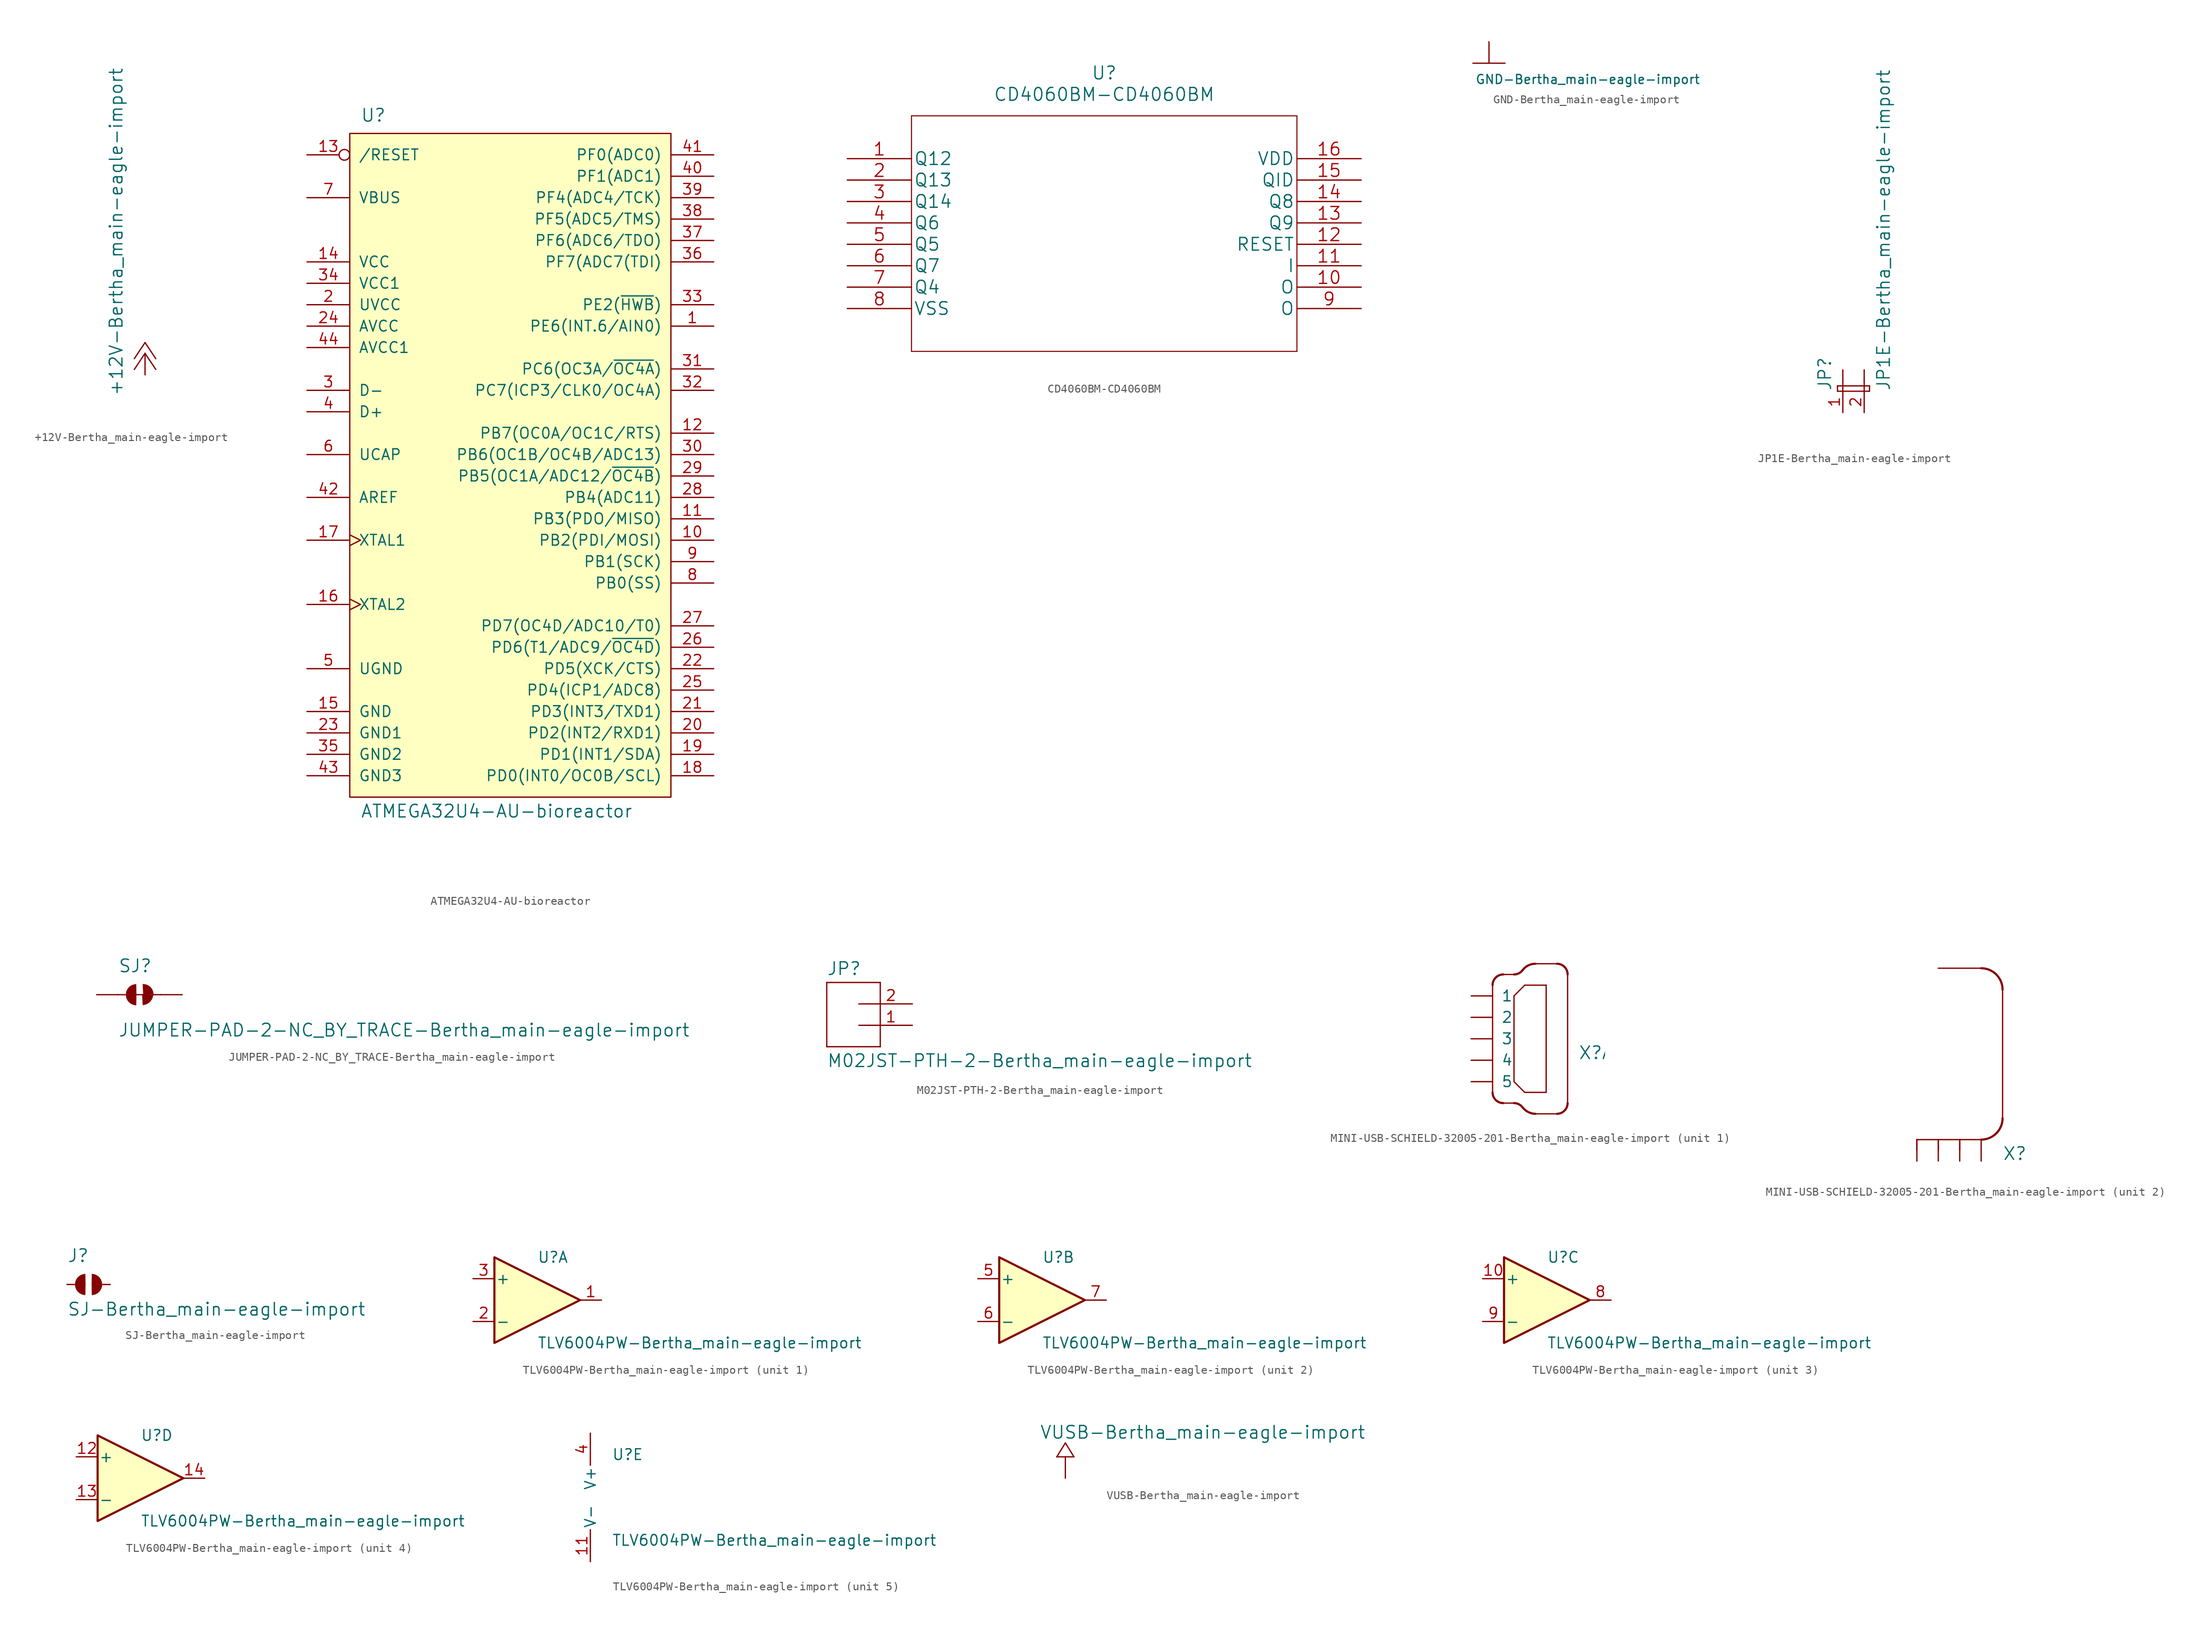
<source format=kicad_sym>
(kicad_symbol_lib
  (version 20211014)
  (generator kicad_symbol_editor)
  (symbol "+12V-Bertha_main-eagle-import"
    (power)
    (pin_names
      (offset 1.016))
    (property "Reference" "#P+"
      (at 0 0 0)
      (effects (font (size 1.27 1.27)) hide))
    (property "Value" "+12V-Bertha_main-eagle-import"
      (at -2.54 -5.08 90)
      (effects (font (size 1.499 1.499)) (justify left bottom)))
    (property "ki_locked" ""
      (at 0 0 0)
      (effects (font (size 1.27 1.27))))
    (symbol "+12V-Bertha_main-eagle-import_1_0"
      (polyline (pts (xy 0 0) (xy -1.27 -1.905)) (stroke (width 0) (type default) (color 0 0 0 0)) (fill (type none)))
      (polyline (pts (xy 0 1.27) (xy -1.27 -0.635)) (stroke (width 0) (type default) (color 0 0 0 0)) (fill (type none)))
      (polyline (pts (xy 1.27 -1.905) (xy 0 0)) (stroke (width 0) (type default) (color 0 0 0 0)) (fill (type none)))
      (polyline (pts (xy 1.27 -0.635) (xy 0 1.27)) (stroke (width 0) (type default) (color 0 0 0 0)) (fill (type none)))
      (pin power_in line (at 0 -2.54 90) (length 2.54) (name "+12V" (effects (font (size 0 0)))) (number "1" (effects (font (size 0 0)))))))
  (symbol "ATMEGA32U4-AU-bioreactor"
    (pin_names
      (offset 1.016))
    (property "Reference" "U"
      (at -16.51 46.99 0)
      (effects (font (size 1.499 1.499)) (justify left bottom)))
    (property "Value" "ATMEGA32U4-AU-bioreactor"
      (at -16.51 -35.56 0)
      (effects (font (size 1.499 1.499)) (justify left bottom)))
    (symbol "ATMEGA32U4-AU-bioreactor_1_0"
      (rectangle (start -17.78 45.72) (end 20.32 -33.02) (stroke (width 0) (type default) (color 0 0 0 0)) (fill (type background)))
      (pin bidirectional line (at 25.4 22.86 180) (length 5.08) (name "PE6(INT.6/AIN0)" (effects (font (size 1.27 1.27)))) (number "1" (effects (font (size 1.27 1.27)))))
      (pin bidirectional line (at 25.4 -2.54 180) (length 5.08) (name "PB2(PDI/MOSI)" (effects (font (size 1.27 1.27)))) (number "10" (effects (font (size 1.27 1.27)))))
      (pin bidirectional line (at 25.4 0 180) (length 5.08) (name "PB3(PDO/MISO)" (effects (font (size 1.27 1.27)))) (number "11" (effects (font (size 1.27 1.27)))))
      (pin bidirectional line (at 25.4 10.16 180) (length 5.08) (name "PB7(OC0A/OC1C/RTS)" (effects (font (size 1.27 1.27)))) (number "12" (effects (font (size 1.27 1.27)))))
      (pin input inverted (at -22.86 43.18 0) (length 5.08) (name "/RESET" (effects (font (size 1.27 1.27)))) (number "13" (effects (font (size 1.27 1.27)))))
      (pin power_in line (at -22.86 30.48 0) (length 5.08) (name "VCC" (effects (font (size 1.27 1.27)))) (number "14" (effects (font (size 1.27 1.27)))))
      (pin power_in line (at -22.86 -22.86 0) (length 5.08) (name "GND" (effects (font (size 1.27 1.27)))) (number "15" (effects (font (size 1.27 1.27)))))
      (pin output clock (at -22.86 -10.16 0) (length 5.08) (name "XTAL2" (effects (font (size 1.27 1.27)))) (number "16" (effects (font (size 1.27 1.27)))))
      (pin input clock (at -22.86 -2.54 0) (length 5.08) (name "XTAL1" (effects (font (size 1.27 1.27)))) (number "17" (effects (font (size 1.27 1.27)))))
      (pin bidirectional line (at 25.4 -30.48 180) (length 5.08) (name "PD0(INT0/OC0B/SCL)" (effects (font (size 1.27 1.27)))) (number "18" (effects (font (size 1.27 1.27)))))
      (pin bidirectional line (at 25.4 -27.94 180) (length 5.08) (name "PD1(INT1/SDA)" (effects (font (size 1.27 1.27)))) (number "19" (effects (font (size 1.27 1.27)))))
      (pin power_in line (at -22.86 25.4 0) (length 5.08) (name "UVCC" (effects (font (size 1.27 1.27)))) (number "2" (effects (font (size 1.27 1.27)))))
      (pin bidirectional line (at 25.4 -25.4 180) (length 5.08) (name "PD2(INT2/RXD1)" (effects (font (size 1.27 1.27)))) (number "20" (effects (font (size 1.27 1.27)))))
      (pin bidirectional line (at 25.4 -22.86 180) (length 5.08) (name "PD3(INT3/TXD1)" (effects (font (size 1.27 1.27)))) (number "21" (effects (font (size 1.27 1.27)))))
      (pin bidirectional line (at 25.4 -17.78 180) (length 5.08) (name "PD5(XCK/CTS)" (effects (font (size 1.27 1.27)))) (number "22" (effects (font (size 1.27 1.27)))))
      (pin power_in line (at -22.86 -25.4 0) (length 5.08) (name "GND1" (effects (font (size 1.27 1.27)))) (number "23" (effects (font (size 1.27 1.27)))))
      (pin power_in line (at -22.86 22.86 0) (length 5.08) (name "AVCC" (effects (font (size 1.27 1.27)))) (number "24" (effects (font (size 1.27 1.27)))))
      (pin bidirectional line (at 25.4 -20.32 180) (length 5.08) (name "PD4(ICP1/ADC8)" (effects (font (size 1.27 1.27)))) (number "25" (effects (font (size 1.27 1.27)))))
      (pin bidirectional line (at 25.4 -15.24 180) (length 5.08) (name "PD6(T1/ADC9/~{OC4D})" (effects (font (size 1.27 1.27)))) (number "26" (effects (font (size 1.27 1.27)))))
      (pin bidirectional line (at 25.4 -12.7 180) (length 5.08) (name "PD7(OC4D/ADC10/T0)" (effects (font (size 1.27 1.27)))) (number "27" (effects (font (size 1.27 1.27)))))
      (pin bidirectional line (at 25.4 2.54 180) (length 5.08) (name "PB4(ADC11)" (effects (font (size 1.27 1.27)))) (number "28" (effects (font (size 1.27 1.27)))))
      (pin bidirectional line (at 25.4 5.08 180) (length 5.08) (name "PB5(OC1A/ADC12/~{OC4B})" (effects (font (size 1.27 1.27)))) (number "29" (effects (font (size 1.27 1.27)))))
      (pin bidirectional line (at -22.86 15.24 0) (length 5.08) (name "D-" (effects (font (size 1.27 1.27)))) (number "3" (effects (font (size 1.27 1.27)))))
      (pin bidirectional line (at 25.4 7.62 180) (length 5.08) (name "PB6(OC1B/OC4B/ADC13)" (effects (font (size 1.27 1.27)))) (number "30" (effects (font (size 1.27 1.27)))))
      (pin bidirectional line (at 25.4 17.78 180) (length 5.08) (name "PC6(OC3A/~{OC4A})" (effects (font (size 1.27 1.27)))) (number "31" (effects (font (size 1.27 1.27)))))
      (pin bidirectional line (at 25.4 15.24 180) (length 5.08) (name "PC7(ICP3/CLK0/OC4A)" (effects (font (size 1.27 1.27)))) (number "32" (effects (font (size 1.27 1.27)))))
      (pin bidirectional line (at 25.4 25.4 180) (length 5.08) (name "PE2(~{HWB})" (effects (font (size 1.27 1.27)))) (number "33" (effects (font (size 1.27 1.27)))))
      (pin power_in line (at -22.86 27.94 0) (length 5.08) (name "VCC1" (effects (font (size 1.27 1.27)))) (number "34" (effects (font (size 1.27 1.27)))))
      (pin power_in line (at -22.86 -27.94 0) (length 5.08) (name "GND2" (effects (font (size 1.27 1.27)))) (number "35" (effects (font (size 1.27 1.27)))))
      (pin bidirectional line (at 25.4 30.48 180) (length 5.08) (name "PF7(ADC7(TDI)" (effects (font (size 1.27 1.27)))) (number "36" (effects (font (size 1.27 1.27)))))
      (pin bidirectional line (at 25.4 33.02 180) (length 5.08) (name "PF6(ADC6/TDO)" (effects (font (size 1.27 1.27)))) (number "37" (effects (font (size 1.27 1.27)))))
      (pin bidirectional line (at 25.4 35.56 180) (length 5.08) (name "PF5(ADC5/TMS)" (effects (font (size 1.27 1.27)))) (number "38" (effects (font (size 1.27 1.27)))))
      (pin bidirectional line (at 25.4 38.1 180) (length 5.08) (name "PF4(ADC4/TCK)" (effects (font (size 1.27 1.27)))) (number "39" (effects (font (size 1.27 1.27)))))
      (pin bidirectional line (at -22.86 12.7 0) (length 5.08) (name "D+" (effects (font (size 1.27 1.27)))) (number "4" (effects (font (size 1.27 1.27)))))
      (pin bidirectional line (at 25.4 40.64 180) (length 5.08) (name "PF1(ADC1)" (effects (font (size 1.27 1.27)))) (number "40" (effects (font (size 1.27 1.27)))))
      (pin bidirectional line (at 25.4 43.18 180) (length 5.08) (name "PF0(ADC0)" (effects (font (size 1.27 1.27)))) (number "41" (effects (font (size 1.27 1.27)))))
      (pin input line (at -22.86 2.54 0) (length 5.08) (name "AREF" (effects (font (size 1.27 1.27)))) (number "42" (effects (font (size 1.27 1.27)))))
      (pin power_in line (at -22.86 -30.48 0) (length 5.08) (name "GND3" (effects (font (size 1.27 1.27)))) (number "43" (effects (font (size 1.27 1.27)))))
      (pin power_in line (at -22.86 20.32 0) (length 5.08) (name "AVCC1" (effects (font (size 1.27 1.27)))) (number "44" (effects (font (size 1.27 1.27)))))
      (pin power_in line (at -22.86 -17.78 0) (length 5.08) (name "UGND" (effects (font (size 1.27 1.27)))) (number "5" (effects (font (size 1.27 1.27)))))
      (pin output line (at -22.86 7.62 0) (length 5.08) (name "UCAP" (effects (font (size 1.27 1.27)))) (number "6" (effects (font (size 1.27 1.27)))))
      (pin power_in line (at -22.86 38.1 0) (length 5.08) (name "VBUS" (effects (font (size 1.27 1.27)))) (number "7" (effects (font (size 1.27 1.27)))))
      (pin bidirectional line (at 25.4 -7.62 180) (length 5.08) (name "PB0(SS)" (effects (font (size 1.27 1.27)))) (number "8" (effects (font (size 1.27 1.27)))))
      (pin bidirectional line (at 25.4 -5.08 180) (length 5.08) (name "PB1(SCK)" (effects (font (size 1.27 1.27)))) (number "9" (effects (font (size 1.27 1.27)))))))
  (symbol "CD4060BM-CD4060BM"
    (pin_names
      (offset 0.254))
    (property "Reference" "U"
      (at 30.48 10.16 0)
      (effects (font (size 1.524 1.524))))
    (property "Value" "CD4060BM-CD4060BM"
      (at 30.48 7.62 0)
      (effects (font (size 1.524 1.524))))
    (property "Datasheet" ""
      (at 0 0 0)
      (effects (font (size 1.524 1.524))))
    (property "ki_locked" ""
      (at 0 0 0)
      (effects (font (size 1.27 1.27))))
    (symbol "CD4060BM-CD4060BM_1_1"
      (polyline (pts (xy 7.62 -22.86) (xy 53.34 -22.86)) (stroke (width 0.127) (type default) (color 0 0 0 0)) (fill (type none)))
      (polyline (pts (xy 7.62 5.08) (xy 7.62 -22.86)) (stroke (width 0.127) (type default) (color 0 0 0 0)) (fill (type none)))
      (polyline (pts (xy 53.34 -22.86) (xy 53.34 5.08)) (stroke (width 0.127) (type default) (color 0 0 0 0)) (fill (type none)))
      (polyline (pts (xy 53.34 5.08) (xy 7.62 5.08)) (stroke (width 0.127) (type default) (color 0 0 0 0)) (fill (type none)))
      (pin unspecified line (at 0 0 0) (length 7.62) (name "Q12" (effects (font (size 1.499 1.499)))) (number "1" (effects (font (size 1.499 1.499)))))
      (pin output line (at 60.96 -15.24 180) (length 7.62) (name "O" (effects (font (size 1.499 1.499)))) (number "10" (effects (font (size 1.499 1.499)))))
      (pin input line (at 60.96 -12.7 180) (length 7.62) (name "I" (effects (font (size 1.499 1.499)))) (number "11" (effects (font (size 1.499 1.499)))))
      (pin unspecified line (at 60.96 -10.16 180) (length 7.62) (name "RESET" (effects (font (size 1.499 1.499)))) (number "12" (effects (font (size 1.499 1.499)))))
      (pin unspecified line (at 60.96 -7.62 180) (length 7.62) (name "Q9" (effects (font (size 1.499 1.499)))) (number "13" (effects (font (size 1.499 1.499)))))
      (pin unspecified line (at 60.96 -5.08 180) (length 7.62) (name "Q8" (effects (font (size 1.499 1.499)))) (number "14" (effects (font (size 1.499 1.499)))))
      (pin unspecified line (at 60.96 -2.54 180) (length 7.62) (name "QID" (effects (font (size 1.499 1.499)))) (number "15" (effects (font (size 1.499 1.499)))))
      (pin power_in line (at 60.96 0 180) (length 7.62) (name "VDD" (effects (font (size 1.499 1.499)))) (number "16" (effects (font (size 1.499 1.499)))))
      (pin unspecified line (at 0 -2.54 0) (length 7.62) (name "Q13" (effects (font (size 1.499 1.499)))) (number "2" (effects (font (size 1.499 1.499)))))
      (pin unspecified line (at 0 -5.08 0) (length 7.62) (name "Q14" (effects (font (size 1.499 1.499)))) (number "3" (effects (font (size 1.499 1.499)))))
      (pin unspecified line (at 0 -7.62 0) (length 7.62) (name "Q6" (effects (font (size 1.499 1.499)))) (number "4" (effects (font (size 1.499 1.499)))))
      (pin unspecified line (at 0 -10.16 0) (length 7.62) (name "Q5" (effects (font (size 1.499 1.499)))) (number "5" (effects (font (size 1.499 1.499)))))
      (pin unspecified line (at 0 -12.7 0) (length 7.62) (name "Q7" (effects (font (size 1.499 1.499)))) (number "6" (effects (font (size 1.499 1.499)))))
      (pin unspecified line (at 0 -15.24 0) (length 7.62) (name "Q4" (effects (font (size 1.499 1.499)))) (number "7" (effects (font (size 1.499 1.499)))))
      (pin power_in line (at 0 -17.78 0) (length 7.62) (name "VSS" (effects (font (size 1.499 1.499)))) (number "8" (effects (font (size 1.499 1.499)))))
      (pin output line (at 60.96 -17.78 180) (length 7.62) (name "O" (effects (font (size 1.499 1.499)))) (number "9" (effects (font (size 1.499 1.499)))))))
  (symbol "GND-Bertha_main-eagle-import"
    (power)
    (pin_names
      (offset 1.016))
    (property "Reference" ""
      (at 0 0 0)
      (effects (font (size 1.27 1.27)) hide))
    (property "Value" "GND-Bertha_main-eagle-import"
      (at -1.651 -2.54 0)
      (effects (font (size 1.067 1.067)) (justify left bottom)))
    (property "ki_locked" ""
      (at 0 0 0)
      (effects (font (size 1.27 1.27))))
    (symbol "GND-Bertha_main-eagle-import_1_0"
      (polyline (pts (xy -1.905 0) (xy 1.905 0)) (stroke (width 0) (type default) (color 0 0 0 0)) (fill (type none)))
      (pin power_in line (at 0 2.54 270) (length 2.54) (name "GND" (effects (font (size 0 0)))) (number "1" (effects (font (size 0 0)))))))
  (symbol "JP1E-Bertha_main-eagle-import"
    (pin_names
      (offset 1.016))
    (property "Reference" "JP"
      (at -1.27 0 90)
      (effects (font (size 1.499 1.499)) (justify left bottom)))
    (property "Value" "JP1E-Bertha_main-eagle-import"
      (at 5.715 0 90)
      (effects (font (size 1.499 1.499)) (justify left bottom)))
    (property "ki_locked" ""
      (at 0 0 0)
      (effects (font (size 1.27 1.27))))
    (symbol "JP1E-Bertha_main-eagle-import_1_0"
      (polyline (pts (xy -0.635 0) (xy 3.175 0)) (stroke (width 0) (type default) (color 0 0 0 0)) (fill (type none)))
      (polyline (pts (xy -0.635 0.635) (xy -0.635 0)) (stroke (width 0) (type default) (color 0 0 0 0)) (fill (type none)))
      (polyline (pts (xy 0 0) (xy 0 1.27)) (stroke (width 0) (type default) (color 0 0 0 0)) (fill (type none)))
      (polyline (pts (xy 0 2.54) (xy 0 1.27)) (stroke (width 0) (type default) (color 0 0 0 0)) (fill (type none)))
      (polyline (pts (xy 2.54 0) (xy 2.54 1.27)) (stroke (width 0) (type default) (color 0 0 0 0)) (fill (type none)))
      (polyline (pts (xy 2.54 2.54) (xy 2.54 1.27)) (stroke (width 0) (type default) (color 0 0 0 0)) (fill (type none)))
      (polyline (pts (xy 3.175 0) (xy 3.175 0.635)) (stroke (width 0) (type default) (color 0 0 0 0)) (fill (type none)))
      (polyline (pts (xy 3.175 0.635) (xy -0.635 0.635)) (stroke (width 0) (type default) (color 0 0 0 0)) (fill (type none)))
      (pin passive line (at 0 -2.54 90) (length 2.54) (name "1" (effects (font (size 0 0)))) (number "1" (effects (font (size 1.27 1.27)))))
      (pin passive line (at 2.54 -2.54 90) (length 2.54) (name "2" (effects (font (size 0 0)))) (number "2" (effects (font (size 1.27 1.27)))))))
  (symbol "JUMPER-PAD-2-NC_BY_TRACE-Bertha_main-eagle-import"
    (pin_names
      (offset 1.016))
    (property "Reference" "SJ"
      (at -2.54 2.54 0)
      (effects (font (size 1.499 1.499)) (justify left bottom)))
    (property "Value" "JUMPER-PAD-2-NC_BY_TRACE-Bertha_main-eagle-import"
      (at -2.54 -5.08 0)
      (effects (font (size 1.499 1.499)) (justify left bottom)))
    (property "ki_locked" ""
      (at 0 0 0)
      (effects (font (size 1.27 1.27))))
    (symbol "JUMPER-PAD-2-NC_BY_TRACE-Bertha_main-eagle-import_1_0"
      (arc (start -0.381 1.2446) (mid -1.6005 0) (end -0.381 -1.2446) (stroke (width 0.0254) (type default) (color 0 0 0 0)) (fill (type outline)))
      (polyline (pts (xy -2.54 0) (xy -1.651 0)) (stroke (width 0) (type default) (color 0 0 0 0)) (fill (type none)))
      (polyline (pts (xy -0.762 0) (xy 1.016 0)) (stroke (width 0) (type default) (color 0 0 0 0)) (fill (type none)))
      (polyline (pts (xy 2.54 0) (xy 1.651 0)) (stroke (width 0) (type default) (color 0 0 0 0)) (fill (type none)))
      (arc (start 0.381 -1.2192) (mid 1.2268 -0.8533) (end 1.6256 0) (stroke (width 0.0254) (type default) (color 0 0 0 0)) (fill (type outline)))
      (arc (start 1.651 0) (mid 1.2809 0.9066) (end 0.381 1.2446) (stroke (width 0.0254) (type default) (color 0 0 0 0)) (fill (type outline)))
      (pin passive line (at -5.08 0 0) (length 2.54) (name "1" (effects (font (size 0 0)))) (number "1" (effects (font (size 0 0)))))
      (pin passive line (at 5.08 0 180) (length 2.54) (name "2" (effects (font (size 0 0)))) (number "2" (effects (font (size 0 0)))))))
  (symbol "M02JST-PTH-2-Bertha_main-eagle-import"
    (pin_names
      (offset 1.016))
    (property "Reference" "JP"
      (at -2.54 5.842 0)
      (effects (font (size 1.499 1.499)) (justify left bottom)))
    (property "Value" "M02JST-PTH-2-Bertha_main-eagle-import"
      (at -2.54 -5.08 0)
      (effects (font (size 1.499 1.499)) (justify left bottom)))
    (property "ki_locked" ""
      (at 0 0 0)
      (effects (font (size 1.27 1.27))))
    (symbol "M02JST-PTH-2-Bertha_main-eagle-import_1_0"
      (polyline (pts (xy -2.54 5.08) (xy -2.54 -2.54)) (stroke (width 0) (type default) (color 0 0 0 0)) (fill (type none)))
      (polyline (pts (xy -2.54 5.08) (xy 3.81 5.08)) (stroke (width 0) (type default) (color 0 0 0 0)) (fill (type none)))
      (polyline (pts (xy 1.27 0) (xy 2.54 0)) (stroke (width 0) (type default) (color 0 0 0 0)) (fill (type none)))
      (polyline (pts (xy 1.27 2.54) (xy 2.54 2.54)) (stroke (width 0) (type default) (color 0 0 0 0)) (fill (type none)))
      (polyline (pts (xy 3.81 -2.54) (xy -2.54 -2.54)) (stroke (width 0) (type default) (color 0 0 0 0)) (fill (type none)))
      (polyline (pts (xy 3.81 -2.54) (xy 3.81 5.08)) (stroke (width 0) (type default) (color 0 0 0 0)) (fill (type none)))
      (pin passive line (at 7.62 0 180) (length 5.08) (name "1" (effects (font (size 0 0)))) (number "1" (effects (font (size 1.27 1.27)))))
      (pin passive line (at 7.62 2.54 180) (length 5.08) (name "2" (effects (font (size 0 0)))) (number "2" (effects (font (size 1.27 1.27)))))))
  (symbol "MINI-USB-SCHIELD-32005-201-Bertha_main-eagle-import"
    (pin_names
      (offset 1.016))
    (property "Reference" "X"
      (at 7.62 -2.54 0)
      (effects (font (size 1.499 1.499)) (justify left bottom)))
    (property "ki_locked" ""
      (at 0 0 0)
      (effects (font (size 1.27 1.27))))
    (symbol "MINI-USB-SCHIELD-32005-201-Bertha_main-eagle-import_1_0"
      (arc (start -2.54 -6.35) (mid -2.168 -7.248) (end -1.27 -7.62) (stroke (width 0.254) (type default) (color 0 0 0 0)) (fill (type none)))
      (arc (start -1.27 7.62) (mid -2.168 7.248) (end -2.54 6.35) (stroke (width 0.254) (type default) (color 0 0 0 0)) (fill (type none)))
      (polyline (pts (xy -2.54 6.35) (xy -2.54 -6.35)) (stroke (width 0) (type default) (color 0 0 0 0)) (fill (type none)))
      (polyline (pts (xy -1.27 -7.62) (xy 0 -7.62)) (stroke (width 0) (type default) (color 0 0 0 0)) (fill (type none)))
      (polyline (pts (xy -1.27 7.62) (xy 0 7.62)) (stroke (width 0) (type default) (color 0 0 0 0)) (fill (type none)))
      (polyline (pts (xy 0 -5.08) (xy 1.27 -6.35)) (stroke (width 0) (type default) (color 0 0 0 0)) (fill (type none)))
      (polyline (pts (xy 0 5.08) (xy 0 -5.08)) (stroke (width 0) (type default) (color 0 0 0 0)) (fill (type none)))
      (polyline (pts (xy 1.27 -6.35) (xy 3.81 -6.35)) (stroke (width 0) (type default) (color 0 0 0 0)) (fill (type none)))
      (polyline (pts (xy 1.27 6.35) (xy 0 5.08)) (stroke (width 0) (type default) (color 0 0 0 0)) (fill (type none)))
      (polyline (pts (xy 2.54 -8.89) (xy 5.08 -8.89)) (stroke (width 0) (type default) (color 0 0 0 0)) (fill (type none)))
      (polyline (pts (xy 2.54 8.89) (xy 5.08 8.89)) (stroke (width 0) (type default) (color 0 0 0 0)) (fill (type none)))
      (polyline (pts (xy 3.81 -6.35) (xy 3.81 6.35)) (stroke (width 0) (type default) (color 0 0 0 0)) (fill (type none)))
      (polyline (pts (xy 3.81 6.35) (xy 1.27 6.35)) (stroke (width 0) (type default) (color 0 0 0 0)) (fill (type none)))
      (polyline (pts (xy 6.35 -7.62) (xy 6.35 7.62)) (stroke (width 0) (type default) (color 0 0 0 0)) (fill (type none)))
      (arc (start 0 7.62) (mid 0.568 7.7541) (end 1.016 8.128) (stroke (width 0.254) (type default) (color 0 0 0 0)) (fill (type none)))
      (arc (start 1.016 -8.128) (mid 0.568 -7.7541) (end 0 -7.62) (stroke (width 0.254) (type default) (color 0 0 0 0)) (fill (type none)))
      (arc (start 1.016 -8.128) (mid 1.6903 -8.6817) (end 2.54 -8.89) (stroke (width 0.254) (type default) (color 0 0 0 0)) (fill (type none)))
      (arc (start 2.54 8.89) (mid 1.6858 8.6907) (end 1.016 8.128) (stroke (width 0.254) (type default) (color 0 0 0 0)) (fill (type none)))
      (arc (start 5.08 -8.89) (mid 5.978 -8.518) (end 6.35 -7.62) (stroke (width 0.254) (type default) (color 0 0 0 0)) (fill (type none)))
      (arc (start 6.35 7.62) (mid 5.978 8.518) (end 5.08 8.89) (stroke (width 0.254) (type default) (color 0 0 0 0)) (fill (type none)))
      (pin passive line (at -5.08 5.08 0) (length 2.54) (name "1" (effects (font (size 1.27 1.27)))) (number "1" (effects (font (size 0 0)))))
      (pin passive line (at -5.08 2.54 0) (length 2.54) (name "2" (effects (font (size 1.27 1.27)))) (number "2" (effects (font (size 0 0)))))
      (pin passive line (at -5.08 0 0) (length 2.54) (name "3" (effects (font (size 1.27 1.27)))) (number "3" (effects (font (size 0 0)))))
      (pin passive line (at -5.08 -2.54 0) (length 2.54) (name "4" (effects (font (size 1.27 1.27)))) (number "4" (effects (font (size 0 0)))))
      (pin passive line (at -5.08 -5.08 0) (length 2.54) (name "5" (effects (font (size 1.27 1.27)))) (number "5" (effects (font (size 0 0))))))
    (symbol "MINI-USB-SCHIELD-32005-201-Bertha_main-eagle-import_2_0"
      (polyline (pts (xy -2.54 -1.27) (xy -2.54 0)) (stroke (width 0) (type default) (color 0 0 0 0)) (fill (type none)))
      (polyline (pts (xy -2.54 0) (xy 0 0)) (stroke (width 0) (type default) (color 0 0 0 0)) (fill (type none)))
      (polyline (pts (xy 0 -1.27) (xy 0 0)) (stroke (width 0) (type default) (color 0 0 0 0)) (fill (type none)))
      (polyline (pts (xy 0 0) (xy 2.54 0)) (stroke (width 0) (type default) (color 0 0 0 0)) (fill (type none)))
      (polyline (pts (xy 2.54 -1.27) (xy 2.54 0)) (stroke (width 0) (type default) (color 0 0 0 0)) (fill (type none)))
      (polyline (pts (xy 2.54 0) (xy 5.08 0)) (stroke (width 0) (type default) (color 0 0 0 0)) (fill (type none)))
      (polyline (pts (xy 5.08 20.32) (xy 0 20.32)) (stroke (width 0) (type default) (color 0 0 0 0)) (fill (type none)))
      (polyline (pts (xy 7.62 2.54) (xy 7.62 17.78)) (stroke (width 0) (type default) (color 0 0 0 0)) (fill (type none)))
      (arc (start 5.08 0) (mid 6.8761 0.7439) (end 7.62 2.54) (stroke (width 0.254) (type default) (color 0 0 0 0)) (fill (type none)))
      (arc (start 7.62 17.78) (mid 6.8761 19.5761) (end 5.08 20.32) (stroke (width 0.254) (type default) (color 0 0 0 0)) (fill (type none)))
      (pin passive line (at -2.54 -2.54 90) (length 2.54) (name "S1" (effects (font (size 0 0)))) (number "M1" (effects (font (size 0 0)))))
      (pin passive line (at 0 -2.54 90) (length 2.54) (name "S2" (effects (font (size 0 0)))) (number "M2" (effects (font (size 0 0)))))
      (pin passive line (at 2.54 -2.54 90) (length 2.54) (name "S3" (effects (font (size 0 0)))) (number "M3" (effects (font (size 0 0)))))
      (pin passive line (at 5.08 -2.54 90) (length 2.54) (name "S4" (effects (font (size 0 0)))) (number "M4" (effects (font (size 0 0)))))))
  (symbol "SJ-Bertha_main-eagle-import"
    (pin_names
      (offset 1.016))
    (property "Reference" "J"
      (at -2.54 2.54 0)
      (effects (font (size 1.499 1.499)) (justify left bottom)))
    (property "Value" "SJ-Bertha_main-eagle-import"
      (at -2.54 -3.81 0)
      (effects (font (size 1.499 1.499)) (justify left bottom)))
    (property "ki_locked" ""
      (at 0 0 0)
      (effects (font (size 1.27 1.27))))
    (symbol "SJ-Bertha_main-eagle-import_1_0"
      (arc (start -0.381 1.2446) (mid -1.6005 0) (end -0.381 -1.2446) (stroke (width 0.0254) (type default) (color 0 0 0 0)) (fill (type outline)))
      (polyline (pts (xy -2.54 0) (xy -1.651 0)) (stroke (width 0) (type default) (color 0 0 0 0)) (fill (type none)))
      (polyline (pts (xy 2.54 0) (xy 1.651 0)) (stroke (width 0) (type default) (color 0 0 0 0)) (fill (type none)))
      (arc (start 0.381 -1.2446) (mid 1.6005 0) (end 0.381 1.2446) (stroke (width 0.0254) (type default) (color 0 0 0 0)) (fill (type outline)))
      (pin passive line (at -2.54 0 0) (length 0) (name "1" (effects (font (size 0 0)))) (number "1" (effects (font (size 0 0)))))
      (pin passive line (at 2.54 0 180) (length 0) (name "2" (effects (font (size 0 0)))) (number "2" (effects (font (size 0 0)))))))
  (symbol "TLV6004PW-Bertha_main-eagle-import"
    (pin_names
      (offset 0.127))
    (property "Reference" "U"
      (at 0 5.08 0)
      (effects (font (size 1.27 1.27)) (justify left)))
    (property "Value" "TLV6004PW-Bertha_main-eagle-import"
      (at 0 -5.08 0)
      (effects (font (size 1.27 1.27)) (justify left)))
    (property "ki_locked" ""
      (at 0 0 0)
      (effects (font (size 1.27 1.27))))
    (symbol "TLV6004PW-Bertha_main-eagle-import_1_1"
      (polyline (pts (xy -5.08 5.08) (xy 5.08 0) (xy -5.08 -5.08) (xy -5.08 5.08)) (stroke (width 0.254) (type default) (color 0 0 0 0)) (fill (type background)))
      (pin output line (at 7.62 0 180) (length 2.54) (name "~" (effects (font (size 1.27 1.27)))) (number "1" (effects (font (size 1.27 1.27)))))
      (pin input line (at -7.62 -2.54 0) (length 2.54) (name "-" (effects (font (size 1.27 1.27)))) (number "2" (effects (font (size 1.27 1.27)))))
      (pin input line (at -7.62 2.54 0) (length 2.54) (name "+" (effects (font (size 1.27 1.27)))) (number "3" (effects (font (size 1.27 1.27))))))
    (symbol "TLV6004PW-Bertha_main-eagle-import_2_1"
      (polyline (pts (xy -5.08 5.08) (xy 5.08 0) (xy -5.08 -5.08) (xy -5.08 5.08)) (stroke (width 0.254) (type default) (color 0 0 0 0)) (fill (type background)))
      (pin input line (at -7.62 2.54 0) (length 2.54) (name "+" (effects (font (size 1.27 1.27)))) (number "5" (effects (font (size 1.27 1.27)))))
      (pin input line (at -7.62 -2.54 0) (length 2.54) (name "-" (effects (font (size 1.27 1.27)))) (number "6" (effects (font (size 1.27 1.27)))))
      (pin output line (at 7.62 0 180) (length 2.54) (name "~" (effects (font (size 1.27 1.27)))) (number "7" (effects (font (size 1.27 1.27))))))
    (symbol "TLV6004PW-Bertha_main-eagle-import_3_1"
      (polyline (pts (xy -5.08 5.08) (xy 5.08 0) (xy -5.08 -5.08) (xy -5.08 5.08)) (stroke (width 0.254) (type default) (color 0 0 0 0)) (fill (type background)))
      (pin input line (at -7.62 2.54 0) (length 2.54) (name "+" (effects (font (size 1.27 1.27)))) (number "10" (effects (font (size 1.27 1.27)))))
      (pin output line (at 7.62 0 180) (length 2.54) (name "~" (effects (font (size 1.27 1.27)))) (number "8" (effects (font (size 1.27 1.27)))))
      (pin input line (at -7.62 -2.54 0) (length 2.54) (name "-" (effects (font (size 1.27 1.27)))) (number "9" (effects (font (size 1.27 1.27))))))
    (symbol "TLV6004PW-Bertha_main-eagle-import_4_1"
      (polyline (pts (xy -5.08 5.08) (xy 5.08 0) (xy -5.08 -5.08) (xy -5.08 5.08)) (stroke (width 0.254) (type default) (color 0 0 0 0)) (fill (type background)))
      (pin input line (at -7.62 2.54 0) (length 2.54) (name "+" (effects (font (size 1.27 1.27)))) (number "12" (effects (font (size 1.27 1.27)))))
      (pin input line (at -7.62 -2.54 0) (length 2.54) (name "-" (effects (font (size 1.27 1.27)))) (number "13" (effects (font (size 1.27 1.27)))))
      (pin output line (at 7.62 0 180) (length 2.54) (name "~" (effects (font (size 1.27 1.27)))) (number "14" (effects (font (size 1.27 1.27))))))
    (symbol "TLV6004PW-Bertha_main-eagle-import_5_1"
      (pin power_in line (at -2.54 -7.62 90) (length 3.81) (name "V-" (effects (font (size 1.27 1.27)))) (number "11" (effects (font (size 1.27 1.27)))))
      (pin power_in line (at -2.54 7.62 270) (length 3.81) (name "V+" (effects (font (size 1.27 1.27)))) (number "4" (effects (font (size 1.27 1.27)))))))
  (symbol "VUSB-Bertha_main-eagle-import"
    (power)
    (pin_names
      (offset 1.016))
    (property "Reference" ""
      (at 0 0 0)
      (effects (font (size 1.27 1.27)) hide))
    (property "Value" "VUSB-Bertha_main-eagle-import"
      (at -3.048 2.032 0)
      (effects (font (size 1.499 1.499)) (justify left bottom)))
    (property "ki_locked" ""
      (at 0 0 0)
      (effects (font (size 1.27 1.27))))
    (symbol "VUSB-Bertha_main-eagle-import_1_0"
      (polyline (pts (xy -1.016 0) (xy 1.016 0)) (stroke (width 0) (type default) (color 0 0 0 0)) (fill (type none)))
      (polyline (pts (xy 0 1.651) (xy -1.016 0)) (stroke (width 0) (type default) (color 0 0 0 0)) (fill (type none)))
      (polyline (pts (xy 1.016 0) (xy 0 1.651)) (stroke (width 0) (type default) (color 0 0 0 0)) (fill (type none)))
      (pin power_in line (at 0 -2.54 90) (length 2.54) (name "VUSB" (effects (font (size 0 0)))) (number "1" (effects (font (size 0 0))))))))
</source>
